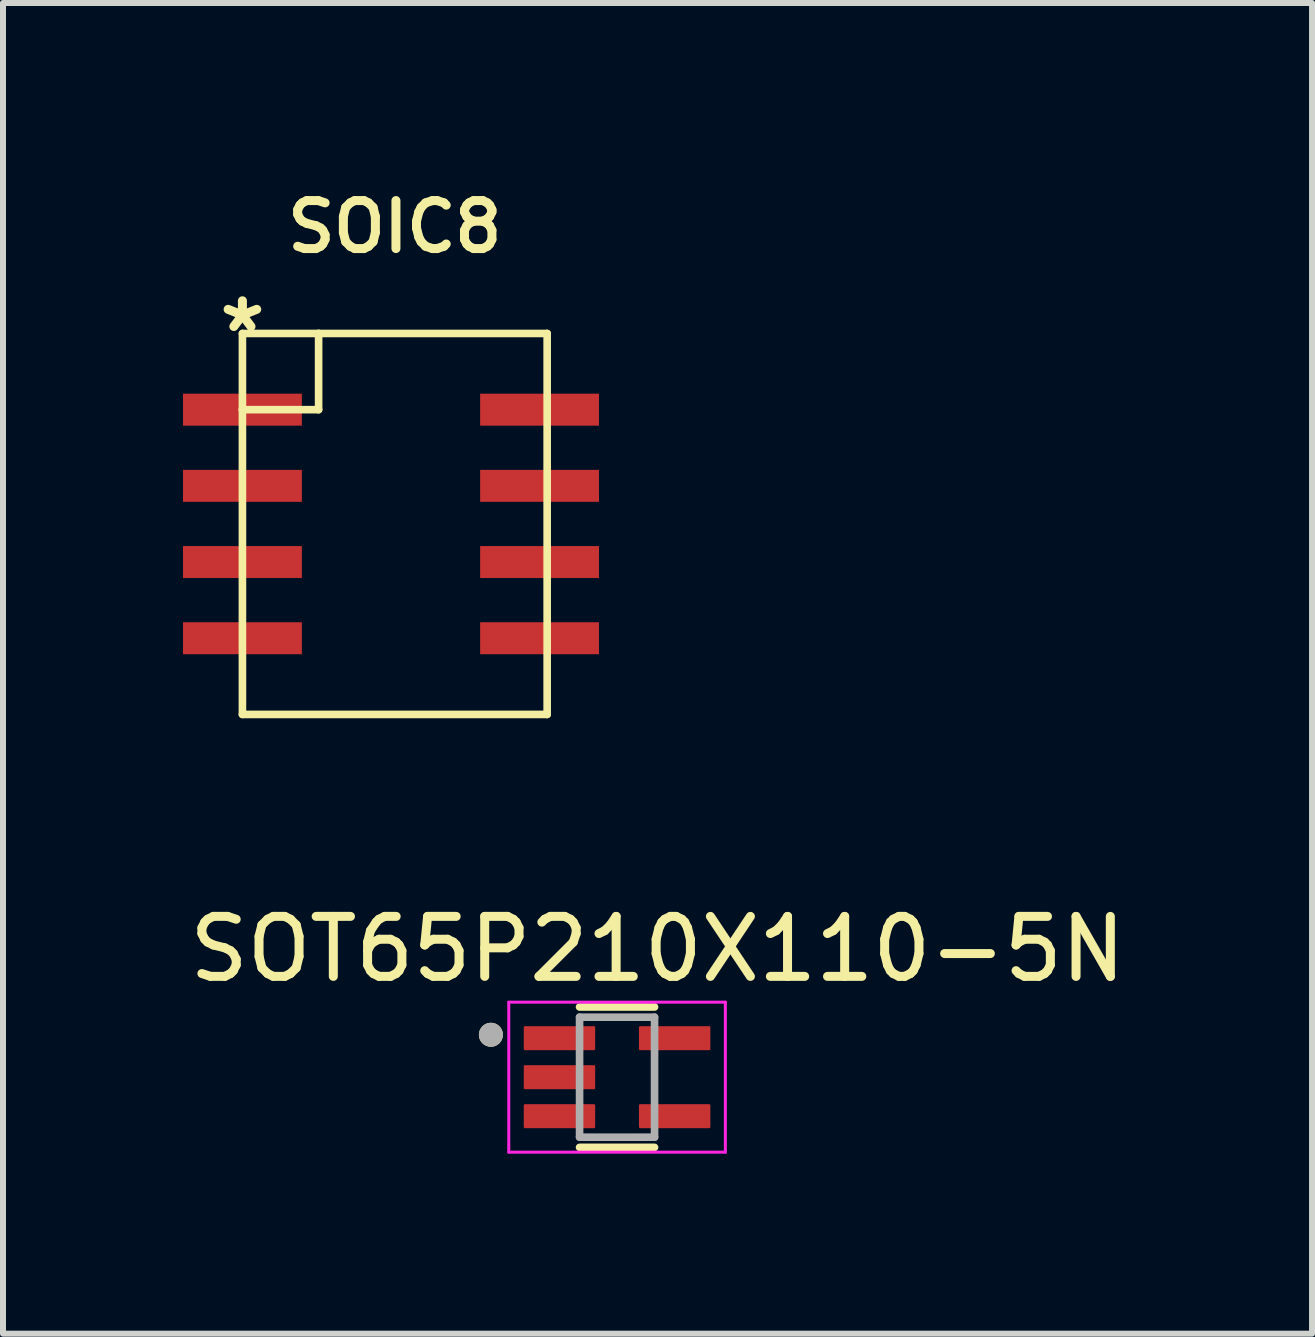
<source format=kicad_pcb>
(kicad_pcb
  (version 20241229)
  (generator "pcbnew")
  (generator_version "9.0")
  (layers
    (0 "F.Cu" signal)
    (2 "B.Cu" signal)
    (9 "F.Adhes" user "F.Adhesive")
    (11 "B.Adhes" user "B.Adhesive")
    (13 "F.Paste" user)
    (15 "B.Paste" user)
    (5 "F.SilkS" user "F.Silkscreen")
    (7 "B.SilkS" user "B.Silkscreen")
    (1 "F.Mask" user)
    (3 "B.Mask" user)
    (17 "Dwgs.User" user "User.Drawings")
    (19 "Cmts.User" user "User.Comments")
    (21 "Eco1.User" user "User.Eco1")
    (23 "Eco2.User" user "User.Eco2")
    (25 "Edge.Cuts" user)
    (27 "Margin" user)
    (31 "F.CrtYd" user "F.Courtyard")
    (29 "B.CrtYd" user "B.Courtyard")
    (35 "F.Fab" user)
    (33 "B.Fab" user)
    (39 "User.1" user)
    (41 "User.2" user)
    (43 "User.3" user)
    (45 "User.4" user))
  (footprint "SOIC8"
    (layer "F.Cu")
    (at 0.991 7.589)
    (property "Reference" "SOIC8" (at 2.54 -6.858 0) (layer "F.SilkS") (effects (font (size 0.8 0.8) (thickness 0.15))))
    (attr through_hole)
    (fp_line (start 0 -5.08) (end 1.27 -5.08) (stroke (width 0.127) (type solid)) (layer "F.SilkS"))
    (fp_line (start 0 -3.81) (end 0 -5.08) (stroke (width 0.127) (type solid)) (layer "F.SilkS"))
    (fp_line (start 0 -3.81) (end 1.27 -3.81) (stroke (width 0.127) (type solid)) (layer "F.SilkS"))
    (fp_line (start 0 1.27) (end 0 -3.81) (stroke (width 0.127) (type solid)) (layer "F.SilkS"))
    (fp_line (start 1.27 -5.08) (end 5.08 -5.08) (stroke (width 0.127) (type solid)) (layer "F.SilkS"))
    (fp_line (start 1.27 -3.81) (end 1.27 -5.08) (stroke (width 0.127) (type solid)) (layer "F.SilkS"))
    (fp_line (start 5.08 -5.08) (end 5.08 1.27) (stroke (width 0.127) (type solid)) (layer "F.SilkS"))
    (fp_line (start 5.08 1.27) (end 0 1.27) (stroke (width 0.127) (type solid)) (layer "F.SilkS"))
    (fp_text user "*" (at 0 -5.08 0) (layer "F.SilkS") (effects (font (size 1 1) (thickness 0.15))))
    (pad "P$1" smd rect (at 0 -3.81) (size 1.981 0.533) (layers "F.Cu" "F.Mask" "F.Paste"))
    (pad "P$2" smd rect (at 0 -2.54) (size 1.981 0.533) (layers "F.Cu" "F.Mask" "F.Paste"))
    (pad "P$3" smd rect (at 0 -1.27) (size 1.981 0.533) (layers "F.Cu" "F.Mask" "F.Paste"))
    (pad "P$4" smd rect (at 0 0) (size 1.981 0.533) (layers "F.Cu" "F.Mask" "F.Paste"))
    (pad "P$5" smd rect (at 4.953 0) (size 1.981 0.533) (layers "F.Cu" "F.Mask" "F.Paste"))
    (pad "P$6" smd rect (at 4.953 -1.27) (size 1.981 0.533) (layers "F.Cu" "F.Mask" "F.Paste"))
    (pad "P$7" smd rect (at 4.953 -2.54) (size 1.981 0.533) (layers "F.Cu" "F.Mask" "F.Paste"))
    (pad "P$8" smd rect (at 4.953 -3.81) (size 1.981 0.533) (layers "F.Cu" "F.Mask" "F.Paste")))
  (footprint "SOT65P210X110-5N"
    (layer "F.Cu")
    (at 7.236 14.906)
    (property "Reference" "SOT65P210X110-5N" (at 0.675 -2.135 0) (layer "F.SilkS") (effects (font (size 1 1) (thickness 0.15))))
    (attr through_hole)
    (fp_line (start -0.625 1.17) (end 0.625 1.17) (stroke (width 0.127) (type solid)) (layer "F.SilkS"))
    (fp_line (start 0.625 -1.17) (end -0.625 -1.17) (stroke (width 0.127) (type solid)) (layer "F.SilkS"))
    (fp_circle (center -2.103 -0.707) (end -2.003 -0.707) (stroke (width 0.2) (type solid)) (fill no) (layer "F.SilkS"))
    (fp_line (start -1.805 -1.25) (end -1.805 1.25) (stroke (width 0.05) (type solid)) (layer "F.CrtYd"))
    (fp_line (start -1.805 1.25) (end 1.805 1.25) (stroke (width 0.05) (type solid)) (layer "F.CrtYd"))
    (fp_line (start 1.805 -1.25) (end -1.805 -1.25) (stroke (width 0.05) (type solid)) (layer "F.CrtYd"))
    (fp_line (start 1.805 1.25) (end 1.805 -1.25) (stroke (width 0.05) (type solid)) (layer "F.CrtYd"))
    (fp_line (start -0.625 -1) (end -0.625 1) (stroke (width 0.127) (type solid)) (layer "F.Fab"))
    (fp_line (start -0.625 1) (end 0.625 1) (stroke (width 0.127) (type solid)) (layer "F.Fab"))
    (fp_line (start 0.625 -1) (end -0.625 -1) (stroke (width 0.127) (type solid)) (layer "F.Fab"))
    (fp_line (start 0.625 1) (end 0.625 -1) (stroke (width 0.127) (type solid)) (layer "F.Fab"))
    (fp_circle (center -2.103 -0.707) (end -2.003 -0.707) (stroke (width 0.2) (type solid)) (fill no) (layer "F.Fab"))
    (pad "1" smd roundrect (at -0.96 -0.65) (size 1.19 0.4) (layers "F.Cu" "F.Mask" "F.Paste") (roundrect_rratio 0.05))
    (pad "2" smd roundrect (at -0.96 0) (size 1.19 0.4) (layers "F.Cu" "F.Mask" "F.Paste") (roundrect_rratio 0.05))
    (pad "3" smd roundrect (at -0.96 0.65) (size 1.19 0.4) (layers "F.Cu" "F.Mask" "F.Paste") (roundrect_rratio 0.05))
    (pad "4" smd roundrect (at 0.96 0.65) (size 1.19 0.4) (layers "F.Cu" "F.Mask" "F.Paste") (roundrect_rratio 0.05))
    (pad "5" smd roundrect (at 0.96 -0.65) (size 1.19 0.4) (layers "F.Cu" "F.Mask" "F.Paste") (roundrect_rratio 0.05)))
  (gr_rect
    (start -3 -3)
    (end 18.821 19.181)
    (stroke (width 0.1) (type default))
    (fill no)
    (layer "Edge.Cuts")))
</source>
